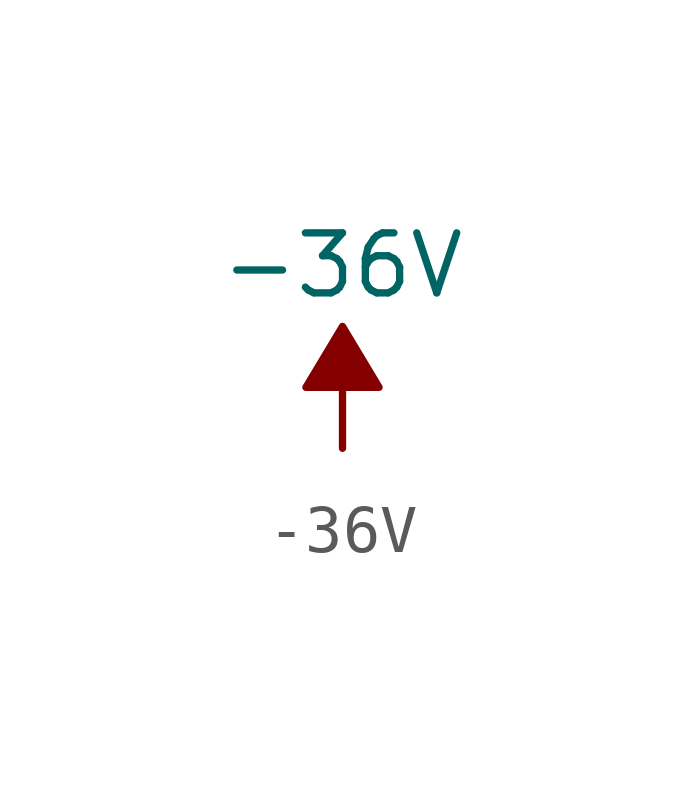
<source format=kicad_sym>
(kicad_symbol_lib
  (version 20231120)
  (generator "kicad_symbol_editor")
  (generator_version "8.0")
  (symbol "-36V"
    (power)
    (pin_numbers hide)
    (pin_names
      (offset 0) hide)
    (property "Reference" "#PWR"
      (at 0 -12 0)
      (effects (font (size 1.25 1.25)) (hide yes)))
    (property "Value" "-36V"
      (at 0 3.81 0)
      (do_not_autoplace)
      (effects (font (size 1.25 1.25))))
    (symbol "-36V_0_1"
      (polyline (pts (xy 0 0) (xy 0 1.27) (xy 0.762 1.27) (xy 0 2.54) (xy -0.762 1.27) (xy 0 1.27)) (stroke (width 0) (type default)) (fill (type outline))))
    (symbol "-36V_1_0"
      (pin power_in line (at 0 0 90) (length 0) hide (name "-36V" (effects (font (size 1.25 1.25)))) (number "1" (effects (font (size 1.25 1.25))))))))
</source>
